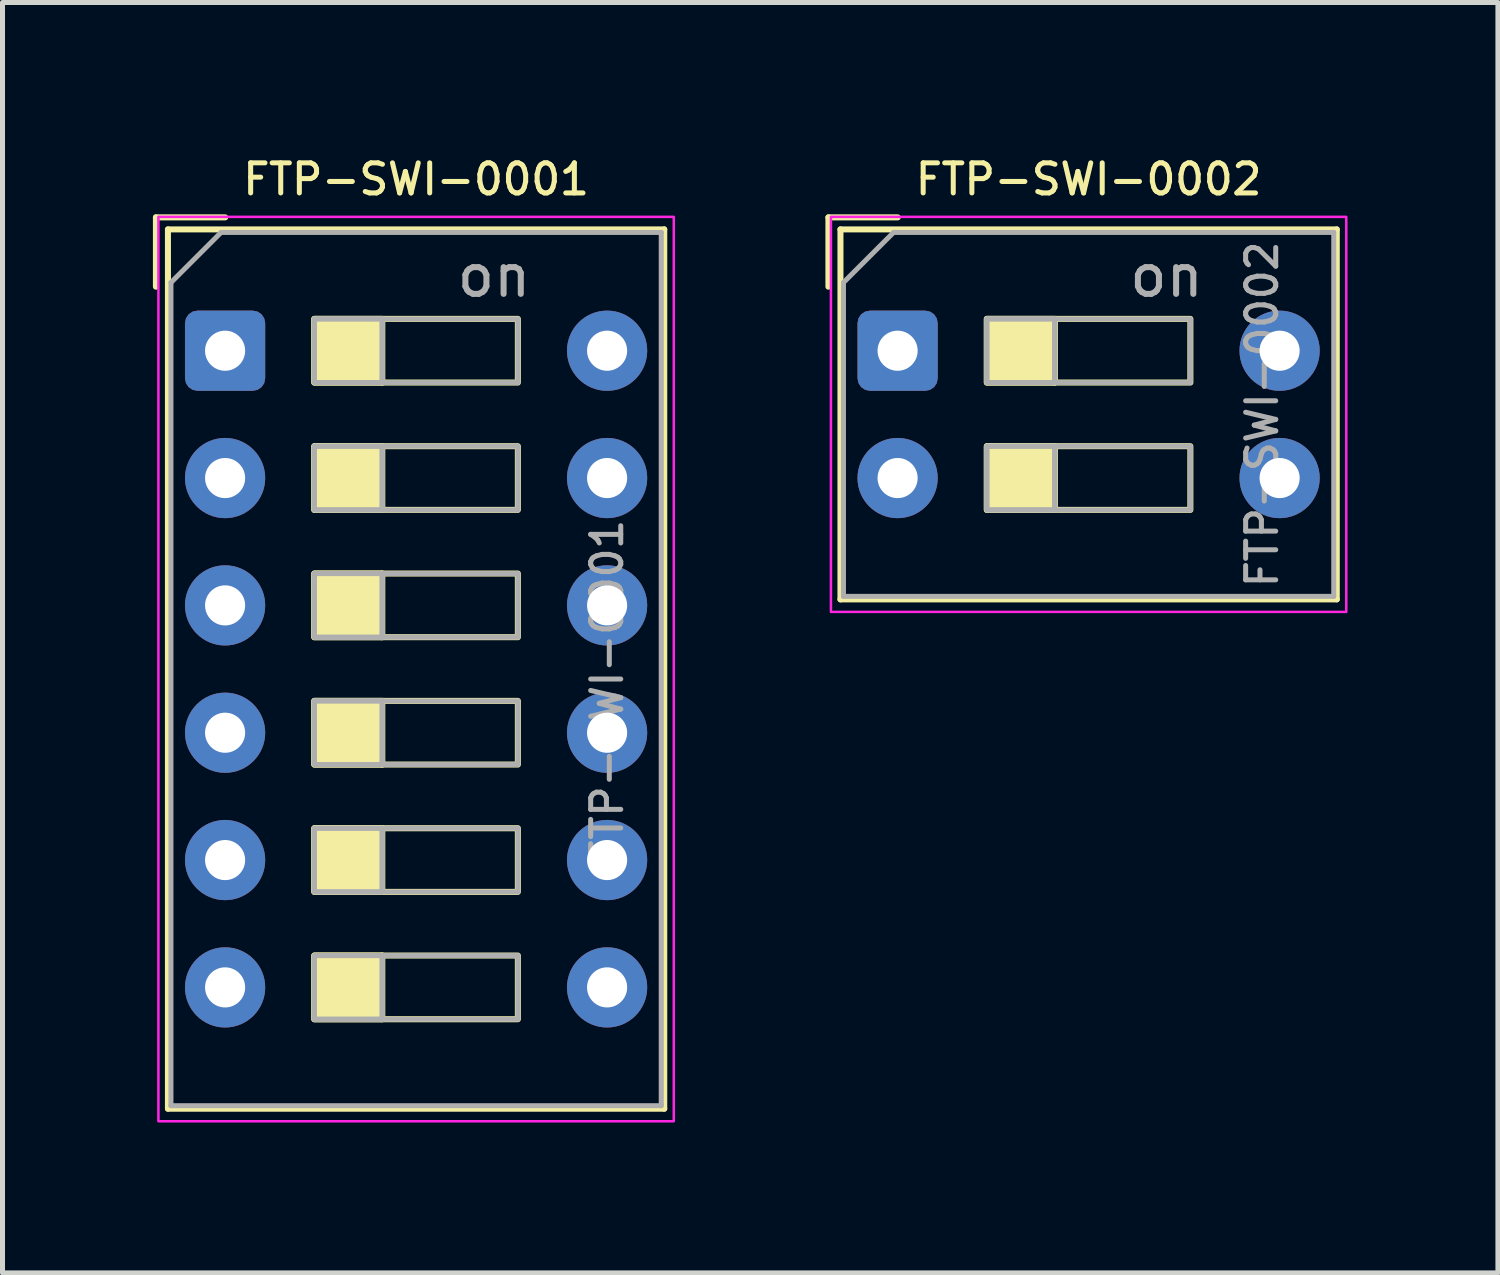
<source format=kicad_pcb>
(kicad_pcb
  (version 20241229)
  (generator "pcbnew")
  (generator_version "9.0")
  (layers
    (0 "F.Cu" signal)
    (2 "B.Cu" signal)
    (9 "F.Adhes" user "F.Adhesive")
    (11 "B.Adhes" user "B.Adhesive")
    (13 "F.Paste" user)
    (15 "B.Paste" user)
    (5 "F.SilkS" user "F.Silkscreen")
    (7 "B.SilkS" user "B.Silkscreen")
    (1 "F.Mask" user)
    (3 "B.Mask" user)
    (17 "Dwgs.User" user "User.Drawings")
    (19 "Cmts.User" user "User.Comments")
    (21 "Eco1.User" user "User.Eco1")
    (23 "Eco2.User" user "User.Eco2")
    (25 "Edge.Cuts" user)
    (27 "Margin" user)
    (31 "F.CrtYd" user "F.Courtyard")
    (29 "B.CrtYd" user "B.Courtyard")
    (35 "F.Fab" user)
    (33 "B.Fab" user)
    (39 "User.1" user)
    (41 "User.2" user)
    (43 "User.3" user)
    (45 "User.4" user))
  (footprint "FTP-SWI-0002"
    (layer "F.Cu")
    (at 14.855 3.946)
    (property "Reference" "FTP-SWI-0002" (at 3.81 -3.42 0) (layer "F.SilkS") (effects (font (size 0.6 0.6) (thickness 0.1) (bold yes))))
    (attr through_hole)
    (fp_line (start -1.38 -2.66) (end -1.38 -1.277) (stroke (width 0.12) (type solid)) (layer "F.SilkS"))
    (fp_line (start -1.38 -2.66) (end 0.003 -2.66) (stroke (width 0.12) (type solid)) (layer "F.SilkS"))
    (fp_line (start -1.14 -2.42) (end -1.14 4.96) (stroke (width 0.12) (type solid)) (layer "F.SilkS"))
    (fp_line (start -1.14 -2.42) (end 8.76 -2.42) (stroke (width 0.12) (type solid)) (layer "F.SilkS"))
    (fp_line (start -1.14 4.96) (end 8.76 4.96) (stroke (width 0.12) (type solid)) (layer "F.SilkS"))
    (fp_line (start 3.133 -0.635) (end 3.133 0.635) (stroke (width 0.12) (type solid)) (layer "F.SilkS"))
    (fp_line (start 3.133 1.905) (end 3.133 3.175) (stroke (width 0.12) (type solid)) (layer "F.SilkS"))
    (fp_line (start 8.76 -2.42) (end 8.76 4.96) (stroke (width 0.12) (type solid)) (layer "F.SilkS"))
    (fp_rect (start 1.78 -0.635) (end 3.133 0.635) (stroke (width 0.12) (type solid)) (fill yes) (layer "F.SilkS"))
    (fp_rect (start 1.78 -0.635) (end 5.84 0.635) (stroke (width 0.12) (type solid)) (fill no) (layer "F.SilkS"))
    (fp_rect (start 1.78 1.905) (end 3.133 3.175) (stroke (width 0.12) (type solid)) (fill yes) (layer "F.SilkS"))
    (fp_rect (start 1.78 1.905) (end 5.84 3.175) (stroke (width 0.12) (type solid)) (fill no) (layer "F.SilkS"))
    (fp_rect (start -1.33 -2.67) (end 8.95 5.21) (stroke (width 0.05) (type solid)) (fill no) (layer "F.CrtYd"))
    (fp_line (start -1.08 -1.36) (end -0.08 -2.36) (stroke (width 0.1) (type solid)) (layer "F.Fab"))
    (fp_line (start -1.08 4.9) (end -1.08 -1.36) (stroke (width 0.1) (type solid)) (layer "F.Fab"))
    (fp_line (start -0.08 -2.36) (end 8.7 -2.36) (stroke (width 0.1) (type solid)) (layer "F.Fab"))
    (fp_line (start 3.133 -0.635) (end 3.133 0.635) (stroke (width 0.1) (type solid)) (layer "F.Fab"))
    (fp_line (start 3.133 1.905) (end 3.133 3.175) (stroke (width 0.1) (type solid)) (layer "F.Fab"))
    (fp_line (start 8.7 -2.36) (end 8.7 4.9) (stroke (width 0.1) (type solid)) (layer "F.Fab"))
    (fp_line (start 8.7 4.9) (end -1.08 4.9) (stroke (width 0.1) (type solid)) (layer "F.Fab"))
    (fp_rect (start 1.78 -0.635) (end 3.133 0.635) (stroke (width 0.1) (type solid)) (fill no) (layer "F.Fab"))
    (fp_rect (start 1.78 -0.635) (end 5.84 0.635) (stroke (width 0.1) (type solid)) (fill no) (layer "F.Fab"))
    (fp_rect (start 1.78 1.905) (end 3.133 3.175) (stroke (width 0.1) (type solid)) (fill no) (layer "F.Fab"))
    (fp_rect (start 1.78 1.905) (end 5.84 3.175) (stroke (width 0.1) (type solid)) (fill no) (layer "F.Fab"))
    (fp_text user "on" (at 5.365 -1.498 0) (layer "F.Fab") (effects (font (size 0.8 0.8) (thickness 0.12))))
    (fp_text user "${REFERENCE}" (at 7.27 1.27 90) (layer "F.Fab") (effects (font (size 0.6 0.6) (thickness 0.1) (bold yes))))
    (pad "1" thru_hole roundrect (at 0 0) (size 1.6 1.6) (drill 0.8) (layers "*.Cu" "*.Mask") (roundrect_rratio 0.156))
    (pad "2" thru_hole circle (at 0 2.54) (size 1.6 1.6) (drill 0.8) (layers "*.Cu" "*.Mask"))
    (pad "3" thru_hole circle (at 7.62 2.54) (size 1.6 1.6) (drill 0.8) (layers "*.Cu" "*.Mask"))
    (pad "4" thru_hole circle (at 7.62 0) (size 1.6 1.6) (drill 0.8) (layers "*.Cu" "*.Mask")))
  (footprint "FTP-SWI-0001"
    (layer "F.Cu")
    (at 1.44 3.946)
    (property "Reference" "FTP-SWI-0001" (at 3.81 -3.42 0) (layer "F.SilkS") (effects (font (size 0.6 0.6) (thickness 0.1) (bold yes))))
    (attr through_hole)
    (fp_line (start -1.38 -2.66) (end -1.38 -1.277) (stroke (width 0.12) (type solid)) (layer "F.SilkS"))
    (fp_line (start -1.38 -2.66) (end 0.003 -2.66) (stroke (width 0.12) (type solid)) (layer "F.SilkS"))
    (fp_line (start -1.14 -2.42) (end -1.14 15.12) (stroke (width 0.12) (type solid)) (layer "F.SilkS"))
    (fp_line (start -1.14 -2.42) (end 8.76 -2.42) (stroke (width 0.12) (type solid)) (layer "F.SilkS"))
    (fp_line (start -1.14 15.12) (end 8.76 15.12) (stroke (width 0.12) (type solid)) (layer "F.SilkS"))
    (fp_line (start 3.133 -0.635) (end 3.133 0.635) (stroke (width 0.12) (type solid)) (layer "F.SilkS"))
    (fp_line (start 3.133 1.905) (end 3.133 3.175) (stroke (width 0.12) (type solid)) (layer "F.SilkS"))
    (fp_line (start 3.133 4.445) (end 3.133 5.715) (stroke (width 0.12) (type solid)) (layer "F.SilkS"))
    (fp_line (start 3.133 6.985) (end 3.133 8.255) (stroke (width 0.12) (type solid)) (layer "F.SilkS"))
    (fp_line (start 3.133 9.525) (end 3.133 10.795) (stroke (width 0.12) (type solid)) (layer "F.SilkS"))
    (fp_line (start 3.133 12.065) (end 3.133 13.335) (stroke (width 0.12) (type solid)) (layer "F.SilkS"))
    (fp_line (start 8.76 -2.42) (end 8.76 15.12) (stroke (width 0.12) (type solid)) (layer "F.SilkS"))
    (fp_rect (start 1.78 -0.635) (end 3.133 0.635) (stroke (width 0.12) (type solid)) (fill yes) (layer "F.SilkS"))
    (fp_rect (start 1.78 -0.635) (end 5.84 0.635) (stroke (width 0.12) (type solid)) (fill no) (layer "F.SilkS"))
    (fp_rect (start 1.78 1.905) (end 3.133 3.175) (stroke (width 0.12) (type solid)) (fill yes) (layer "F.SilkS"))
    (fp_rect (start 1.78 1.905) (end 5.84 3.175) (stroke (width 0.12) (type solid)) (fill no) (layer "F.SilkS"))
    (fp_rect (start 1.78 4.445) (end 3.133 5.715) (stroke (width 0.12) (type solid)) (fill yes) (layer "F.SilkS"))
    (fp_rect (start 1.78 4.445) (end 5.84 5.715) (stroke (width 0.12) (type solid)) (fill no) (layer "F.SilkS"))
    (fp_rect (start 1.78 6.985) (end 3.133 8.255) (stroke (width 0.12) (type solid)) (fill yes) (layer "F.SilkS"))
    (fp_rect (start 1.78 6.985) (end 5.84 8.255) (stroke (width 0.12) (type solid)) (fill no) (layer "F.SilkS"))
    (fp_rect (start 1.78 9.525) (end 3.133 10.795) (stroke (width 0.12) (type solid)) (fill yes) (layer "F.SilkS"))
    (fp_rect (start 1.78 9.525) (end 5.84 10.795) (stroke (width 0.12) (type solid)) (fill no) (layer "F.SilkS"))
    (fp_rect (start 1.78 12.065) (end 3.133 13.335) (stroke (width 0.12) (type solid)) (fill yes) (layer "F.SilkS"))
    (fp_rect (start 1.78 12.065) (end 5.84 13.335) (stroke (width 0.12) (type solid)) (fill no) (layer "F.SilkS"))
    (fp_rect (start -1.33 -2.67) (end 8.95 15.37) (stroke (width 0.05) (type solid)) (fill no) (layer "F.CrtYd"))
    (fp_line (start -1.08 -1.36) (end -0.08 -2.36) (stroke (width 0.1) (type solid)) (layer "F.Fab"))
    (fp_line (start -1.08 15.06) (end -1.08 -1.36) (stroke (width 0.1) (type solid)) (layer "F.Fab"))
    (fp_line (start -0.08 -2.36) (end 8.7 -2.36) (stroke (width 0.1) (type solid)) (layer "F.Fab"))
    (fp_line (start 3.133 -0.635) (end 3.133 0.635) (stroke (width 0.1) (type solid)) (layer "F.Fab"))
    (fp_line (start 3.133 1.905) (end 3.133 3.175) (stroke (width 0.1) (type solid)) (layer "F.Fab"))
    (fp_line (start 3.133 4.445) (end 3.133 5.715) (stroke (width 0.1) (type solid)) (layer "F.Fab"))
    (fp_line (start 3.133 6.985) (end 3.133 8.255) (stroke (width 0.1) (type solid)) (layer "F.Fab"))
    (fp_line (start 3.133 9.525) (end 3.133 10.795) (stroke (width 0.1) (type solid)) (layer "F.Fab"))
    (fp_line (start 3.133 12.065) (end 3.133 13.335) (stroke (width 0.1) (type solid)) (layer "F.Fab"))
    (fp_line (start 8.7 -2.36) (end 8.7 15.06) (stroke (width 0.1) (type solid)) (layer "F.Fab"))
    (fp_line (start 8.7 15.06) (end -1.08 15.06) (stroke (width 0.1) (type solid)) (layer "F.Fab"))
    (fp_rect (start 1.78 -0.635) (end 3.133 0.635) (stroke (width 0.1) (type solid)) (fill no) (layer "F.Fab"))
    (fp_rect (start 1.78 -0.635) (end 5.84 0.635) (stroke (width 0.1) (type solid)) (fill no) (layer "F.Fab"))
    (fp_rect (start 1.78 1.905) (end 3.133 3.175) (stroke (width 0.1) (type solid)) (fill no) (layer "F.Fab"))
    (fp_rect (start 1.78 1.905) (end 5.84 3.175) (stroke (width 0.1) (type solid)) (fill no) (layer "F.Fab"))
    (fp_rect (start 1.78 4.445) (end 3.133 5.715) (stroke (width 0.1) (type solid)) (fill no) (layer "F.Fab"))
    (fp_rect (start 1.78 4.445) (end 5.84 5.715) (stroke (width 0.1) (type solid)) (fill no) (layer "F.Fab"))
    (fp_rect (start 1.78 6.985) (end 3.133 8.255) (stroke (width 0.1) (type solid)) (fill no) (layer "F.Fab"))
    (fp_rect (start 1.78 6.985) (end 5.84 8.255) (stroke (width 0.1) (type solid)) (fill no) (layer "F.Fab"))
    (fp_rect (start 1.78 9.525) (end 3.133 10.795) (stroke (width 0.1) (type solid)) (fill no) (layer "F.Fab"))
    (fp_rect (start 1.78 9.525) (end 5.84 10.795) (stroke (width 0.1) (type solid)) (fill no) (layer "F.Fab"))
    (fp_rect (start 1.78 12.065) (end 3.133 13.335) (stroke (width 0.1) (type solid)) (fill no) (layer "F.Fab"))
    (fp_rect (start 1.78 12.065) (end 5.84 13.335) (stroke (width 0.1) (type solid)) (fill no) (layer "F.Fab"))
    (fp_text user "on" (at 5.365 -1.498 0) (layer "F.Fab") (effects (font (size 0.8 0.8) (thickness 0.12))))
    (fp_text user "${REFERENCE}" (at 7.62 6.82 90) (layer "F.Fab") (effects (font (size 0.6 0.6) (thickness 0.1) (bold yes))))
    (pad "1" thru_hole roundrect (at 0 0) (size 1.6 1.6) (drill 0.8) (layers "*.Cu" "*.Mask") (roundrect_rratio 0.156))
    (pad "2" thru_hole circle (at 0 2.54) (size 1.6 1.6) (drill 0.8) (layers "*.Cu" "*.Mask"))
    (pad "3" thru_hole circle (at 0 5.08) (size 1.6 1.6) (drill 0.8) (layers "*.Cu" "*.Mask"))
    (pad "4" thru_hole circle (at 0 7.62) (size 1.6 1.6) (drill 0.8) (layers "*.Cu" "*.Mask"))
    (pad "5" thru_hole circle (at 0 10.16) (size 1.6 1.6) (drill 0.8) (layers "*.Cu" "*.Mask"))
    (pad "6" thru_hole circle (at 0 12.7) (size 1.6 1.6) (drill 0.8) (layers "*.Cu" "*.Mask"))
    (pad "7" thru_hole circle (at 7.62 12.7) (size 1.6 1.6) (drill 0.8) (layers "*.Cu" "*.Mask"))
    (pad "8" thru_hole circle (at 7.62 10.16) (size 1.6 1.6) (drill 0.8) (layers "*.Cu" "*.Mask"))
    (pad "9" thru_hole circle (at 7.62 7.62) (size 1.6 1.6) (drill 0.8) (layers "*.Cu" "*.Mask"))
    (pad "10" thru_hole circle (at 7.62 5.08) (size 1.6 1.6) (drill 0.8) (layers "*.Cu" "*.Mask"))
    (pad "11" thru_hole circle (at 7.62 2.54) (size 1.6 1.6) (drill 0.8) (layers "*.Cu" "*.Mask"))
    (pad "12" thru_hole circle (at 7.62 0) (size 1.6 1.6) (drill 0.8) (layers "*.Cu" "*.Mask")))
  (gr_rect
    (start -3 -3)
    (end 26.83 22.341)
    (stroke (width 0.1) (type default))
    (fill no)
    (layer "Edge.Cuts")))
</source>
